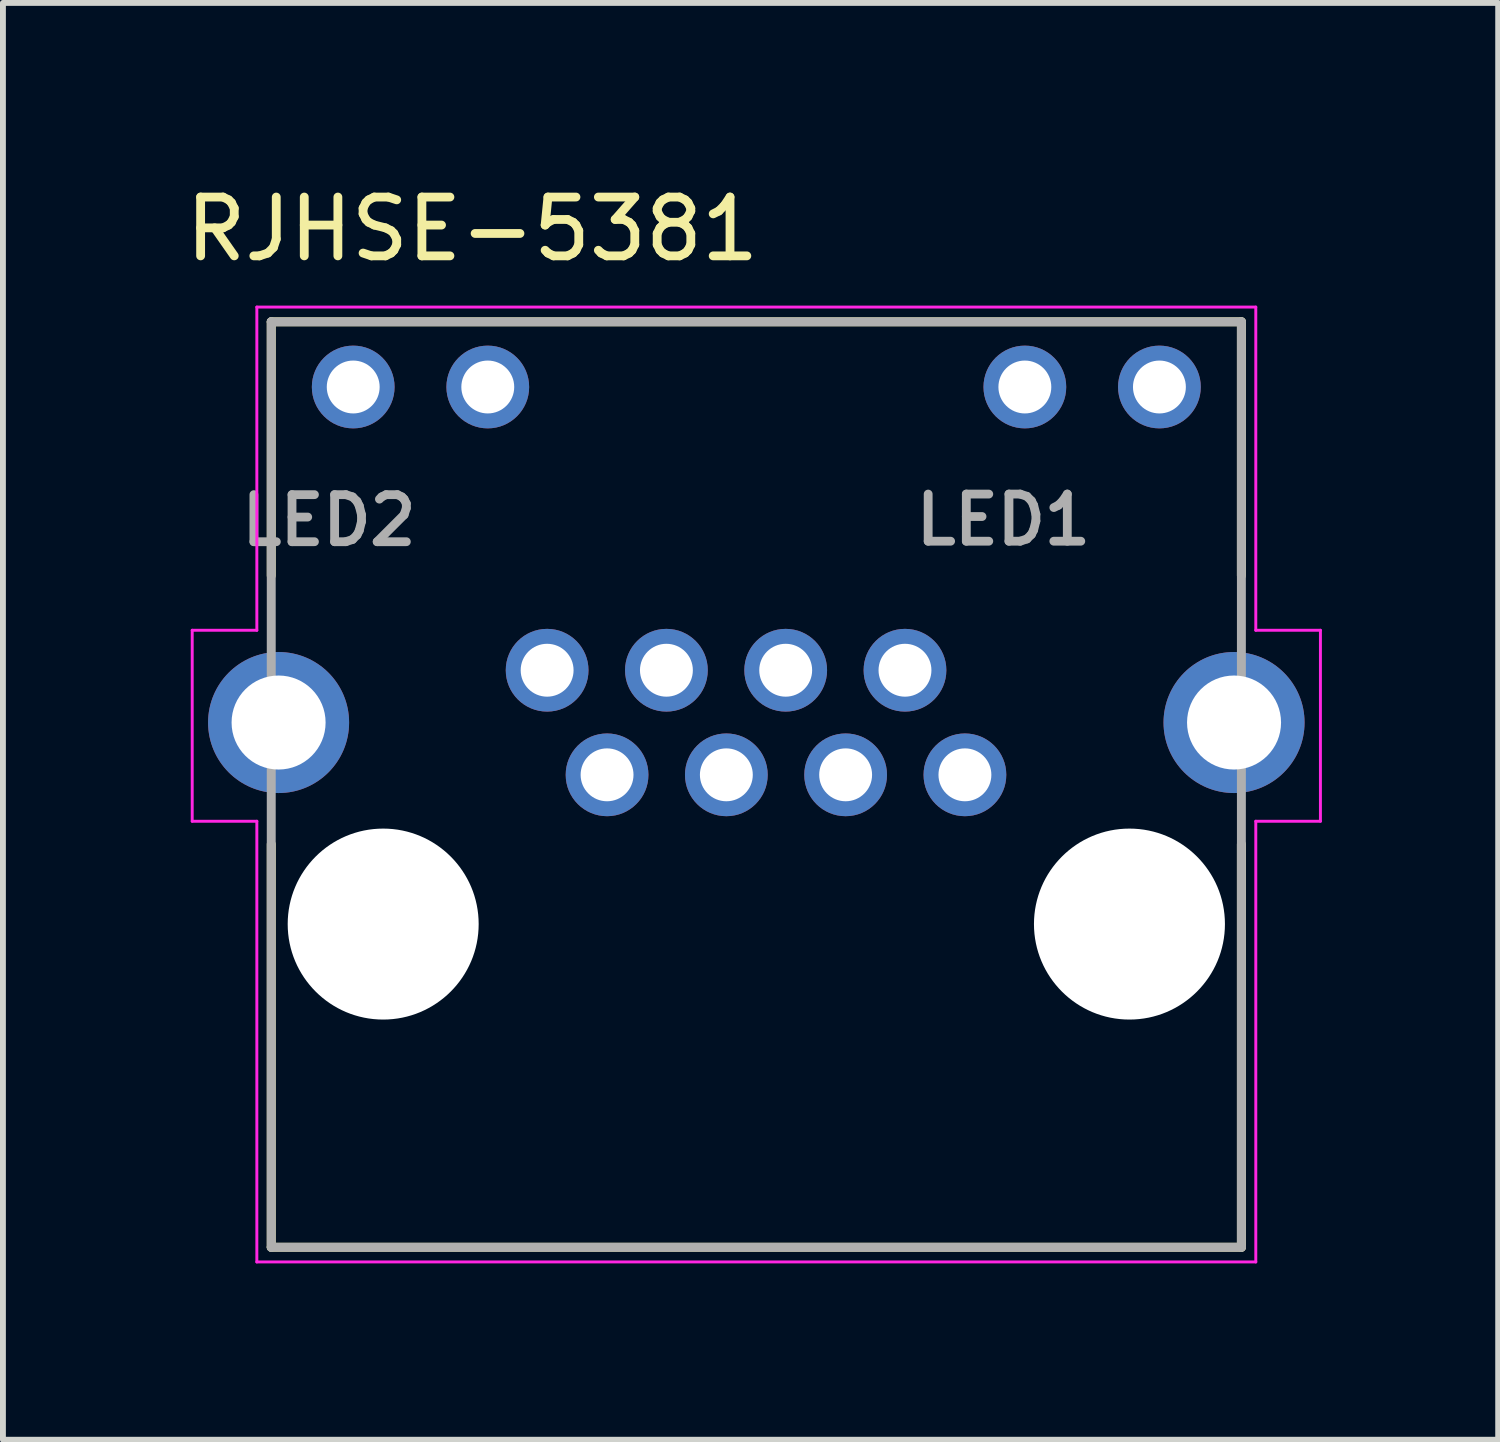
<source format=kicad_pcb>
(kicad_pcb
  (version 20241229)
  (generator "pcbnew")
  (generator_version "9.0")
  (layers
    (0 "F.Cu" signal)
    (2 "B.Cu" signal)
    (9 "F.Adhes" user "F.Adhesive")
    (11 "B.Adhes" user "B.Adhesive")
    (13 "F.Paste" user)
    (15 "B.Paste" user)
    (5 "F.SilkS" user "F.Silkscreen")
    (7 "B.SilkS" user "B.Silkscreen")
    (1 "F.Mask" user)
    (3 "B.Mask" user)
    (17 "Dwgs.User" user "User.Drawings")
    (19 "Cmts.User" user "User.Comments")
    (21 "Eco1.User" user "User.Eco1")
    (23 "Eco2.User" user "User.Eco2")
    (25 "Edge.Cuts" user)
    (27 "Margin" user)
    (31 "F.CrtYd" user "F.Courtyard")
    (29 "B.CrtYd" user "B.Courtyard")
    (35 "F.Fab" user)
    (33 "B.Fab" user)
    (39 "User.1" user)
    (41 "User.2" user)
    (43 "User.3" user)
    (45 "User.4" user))
  (footprint "RJHSE-5381"
    (layer "F.Cu")
    (at 9.821 12.676)
    (property "Reference" "RJHSE-5381" (at -4.833 -11.827 0) (layer "F.SilkS") (effects (font (size 1.001 1.001) (thickness 0.15))))
    (attr through_hole)
    (fp_line (start -8.255 -10.25) (end 8.255 -10.25) (stroke (width 0.152) (type solid)) (layer "F.SilkS"))
    (fp_line (start -8.255 -5.93) (end -8.255 -10.25) (stroke (width 0.152) (type solid)) (layer "F.SilkS"))
    (fp_line (start -8.255 5.5) (end -8.255 -1.36) (stroke (width 0.152) (type solid)) (layer "F.SilkS"))
    (fp_line (start 8.255 -10.25) (end 8.255 -5.93) (stroke (width 0.152) (type solid)) (layer "F.SilkS"))
    (fp_line (start 8.255 -1.36) (end 8.255 5.5) (stroke (width 0.152) (type solid)) (layer "F.SilkS"))
    (fp_line (start 8.255 5.5) (end -8.255 5.5) (stroke (width 0.152) (type solid)) (layer "F.SilkS"))
    (fp_line (start -9.6 -5) (end -8.5 -5) (stroke (width 0.05) (type solid)) (layer "F.CrtYd"))
    (fp_line (start -9.6 -1.75) (end -9.6 -5) (stroke (width 0.05) (type solid)) (layer "F.CrtYd"))
    (fp_line (start -8.5 -10.5) (end 8.5 -10.5) (stroke (width 0.05) (type solid)) (layer "F.CrtYd"))
    (fp_line (start -8.5 -5) (end -8.5 -10.5) (stroke (width 0.05) (type solid)) (layer "F.CrtYd"))
    (fp_line (start -8.5 -1.75) (end -9.6 -1.75) (stroke (width 0.05) (type solid)) (layer "F.CrtYd"))
    (fp_line (start -8.5 5.75) (end -8.5 -1.75) (stroke (width 0.05) (type solid)) (layer "F.CrtYd"))
    (fp_line (start 8.5 -10.5) (end 8.5 -5) (stroke (width 0.05) (type solid)) (layer "F.CrtYd"))
    (fp_line (start 8.5 -5) (end 9.6 -5) (stroke (width 0.05) (type solid)) (layer "F.CrtYd"))
    (fp_line (start 8.5 -1.75) (end 8.5 5.75) (stroke (width 0.05) (type solid)) (layer "F.CrtYd"))
    (fp_line (start 8.5 5.75) (end -8.5 5.75) (stroke (width 0.05) (type solid)) (layer "F.CrtYd"))
    (fp_line (start 9.6 -5) (end 9.6 -1.75) (stroke (width 0.05) (type solid)) (layer "F.CrtYd"))
    (fp_line (start 9.6 -1.75) (end 8.5 -1.75) (stroke (width 0.05) (type solid)) (layer "F.CrtYd"))
    (fp_line (start -8.255 -10.25) (end 8.255 -10.25) (stroke (width 0.152) (type solid)) (layer "F.Fab"))
    (fp_line (start -8.255 5.5) (end -8.255 -10.25) (stroke (width 0.152) (type solid)) (layer "F.Fab"))
    (fp_line (start 8.255 -10.25) (end 8.255 5.5) (stroke (width 0.152) (type solid)) (layer "F.Fab"))
    (fp_line (start 8.255 5.5) (end -8.255 5.5) (stroke (width 0.152) (type solid)) (layer "F.Fab"))
    (fp_text user "LED1" (at 4.204 -6.879 0) (layer "F.Fab") (effects (font (size 0.802 0.802) (thickness 0.15))))
    (fp_text user "LED2" (at -7.272 -6.87 0) (layer "F.Fab") (effects (font (size 0.801 0.801) (thickness 0.15))))
    (pad "" np_thru_hole circle (at -6.35 0) (size 3.25 3.25) (drill 3.25) (layers "*.Cu" "*.Mask"))
    (pad "" np_thru_hole circle (at 6.35 0) (size 3.25 3.25) (drill 3.25) (layers "*.Cu" "*.Mask"))
    (pad "1" thru_hole circle (at 3.55 -2.54) (size 1.408 1.408) (drill 0.9) (layers "*.Cu" "*.Mask"))
    (pad "2" thru_hole circle (at 2.53 -4.32) (size 1.408 1.408) (drill 0.9) (layers "*.Cu" "*.Mask"))
    (pad "3" thru_hole circle (at 1.52 -2.54) (size 1.408 1.408) (drill 0.9) (layers "*.Cu" "*.Mask"))
    (pad "4" thru_hole circle (at 0.5 -4.32) (size 1.408 1.408) (drill 0.9) (layers "*.Cu" "*.Mask"))
    (pad "5" thru_hole circle (at -0.51 -2.54) (size 1.408 1.408) (drill 0.9) (layers "*.Cu" "*.Mask"))
    (pad "6" thru_hole circle (at -1.53 -4.32) (size 1.408 1.408) (drill 0.9) (layers "*.Cu" "*.Mask"))
    (pad "7" thru_hole circle (at -2.54 -2.54) (size 1.408 1.408) (drill 0.9) (layers "*.Cu" "*.Mask"))
    (pad "8" thru_hole circle (at -3.56 -4.32) (size 1.408 1.408) (drill 0.9) (layers "*.Cu" "*.Mask"))
    (pad "9" thru_hole circle (at 6.86 -9.14) (size 1.408 1.408) (drill 0.9) (layers "*.Cu" "*.Mask"))
    (pad "10" thru_hole circle (at 4.57 -9.14) (size 1.408 1.408) (drill 0.9) (layers "*.Cu" "*.Mask"))
    (pad "11" thru_hole circle (at -4.57 -9.14) (size 1.408 1.408) (drill 0.9) (layers "*.Cu" "*.Mask"))
    (pad "12" thru_hole circle (at -6.86 -9.14) (size 1.408 1.408) (drill 0.9) (layers "*.Cu" "*.Mask"))
    (pad "S1" thru_hole circle (at 8.13 -3.43) (size 2.4 2.4) (drill 1.6) (layers "*.Cu" "*.Mask"))
    (pad "S2" thru_hole circle (at -8.13 -3.43) (size 2.4 2.4) (drill 1.6) (layers "*.Cu" "*.Mask")))
  (gr_rect
    (start -3 -3)
    (end 22.446 21.451)
    (stroke (width 0.1) (type default))
    (fill no)
    (layer "Edge.Cuts")))
</source>
